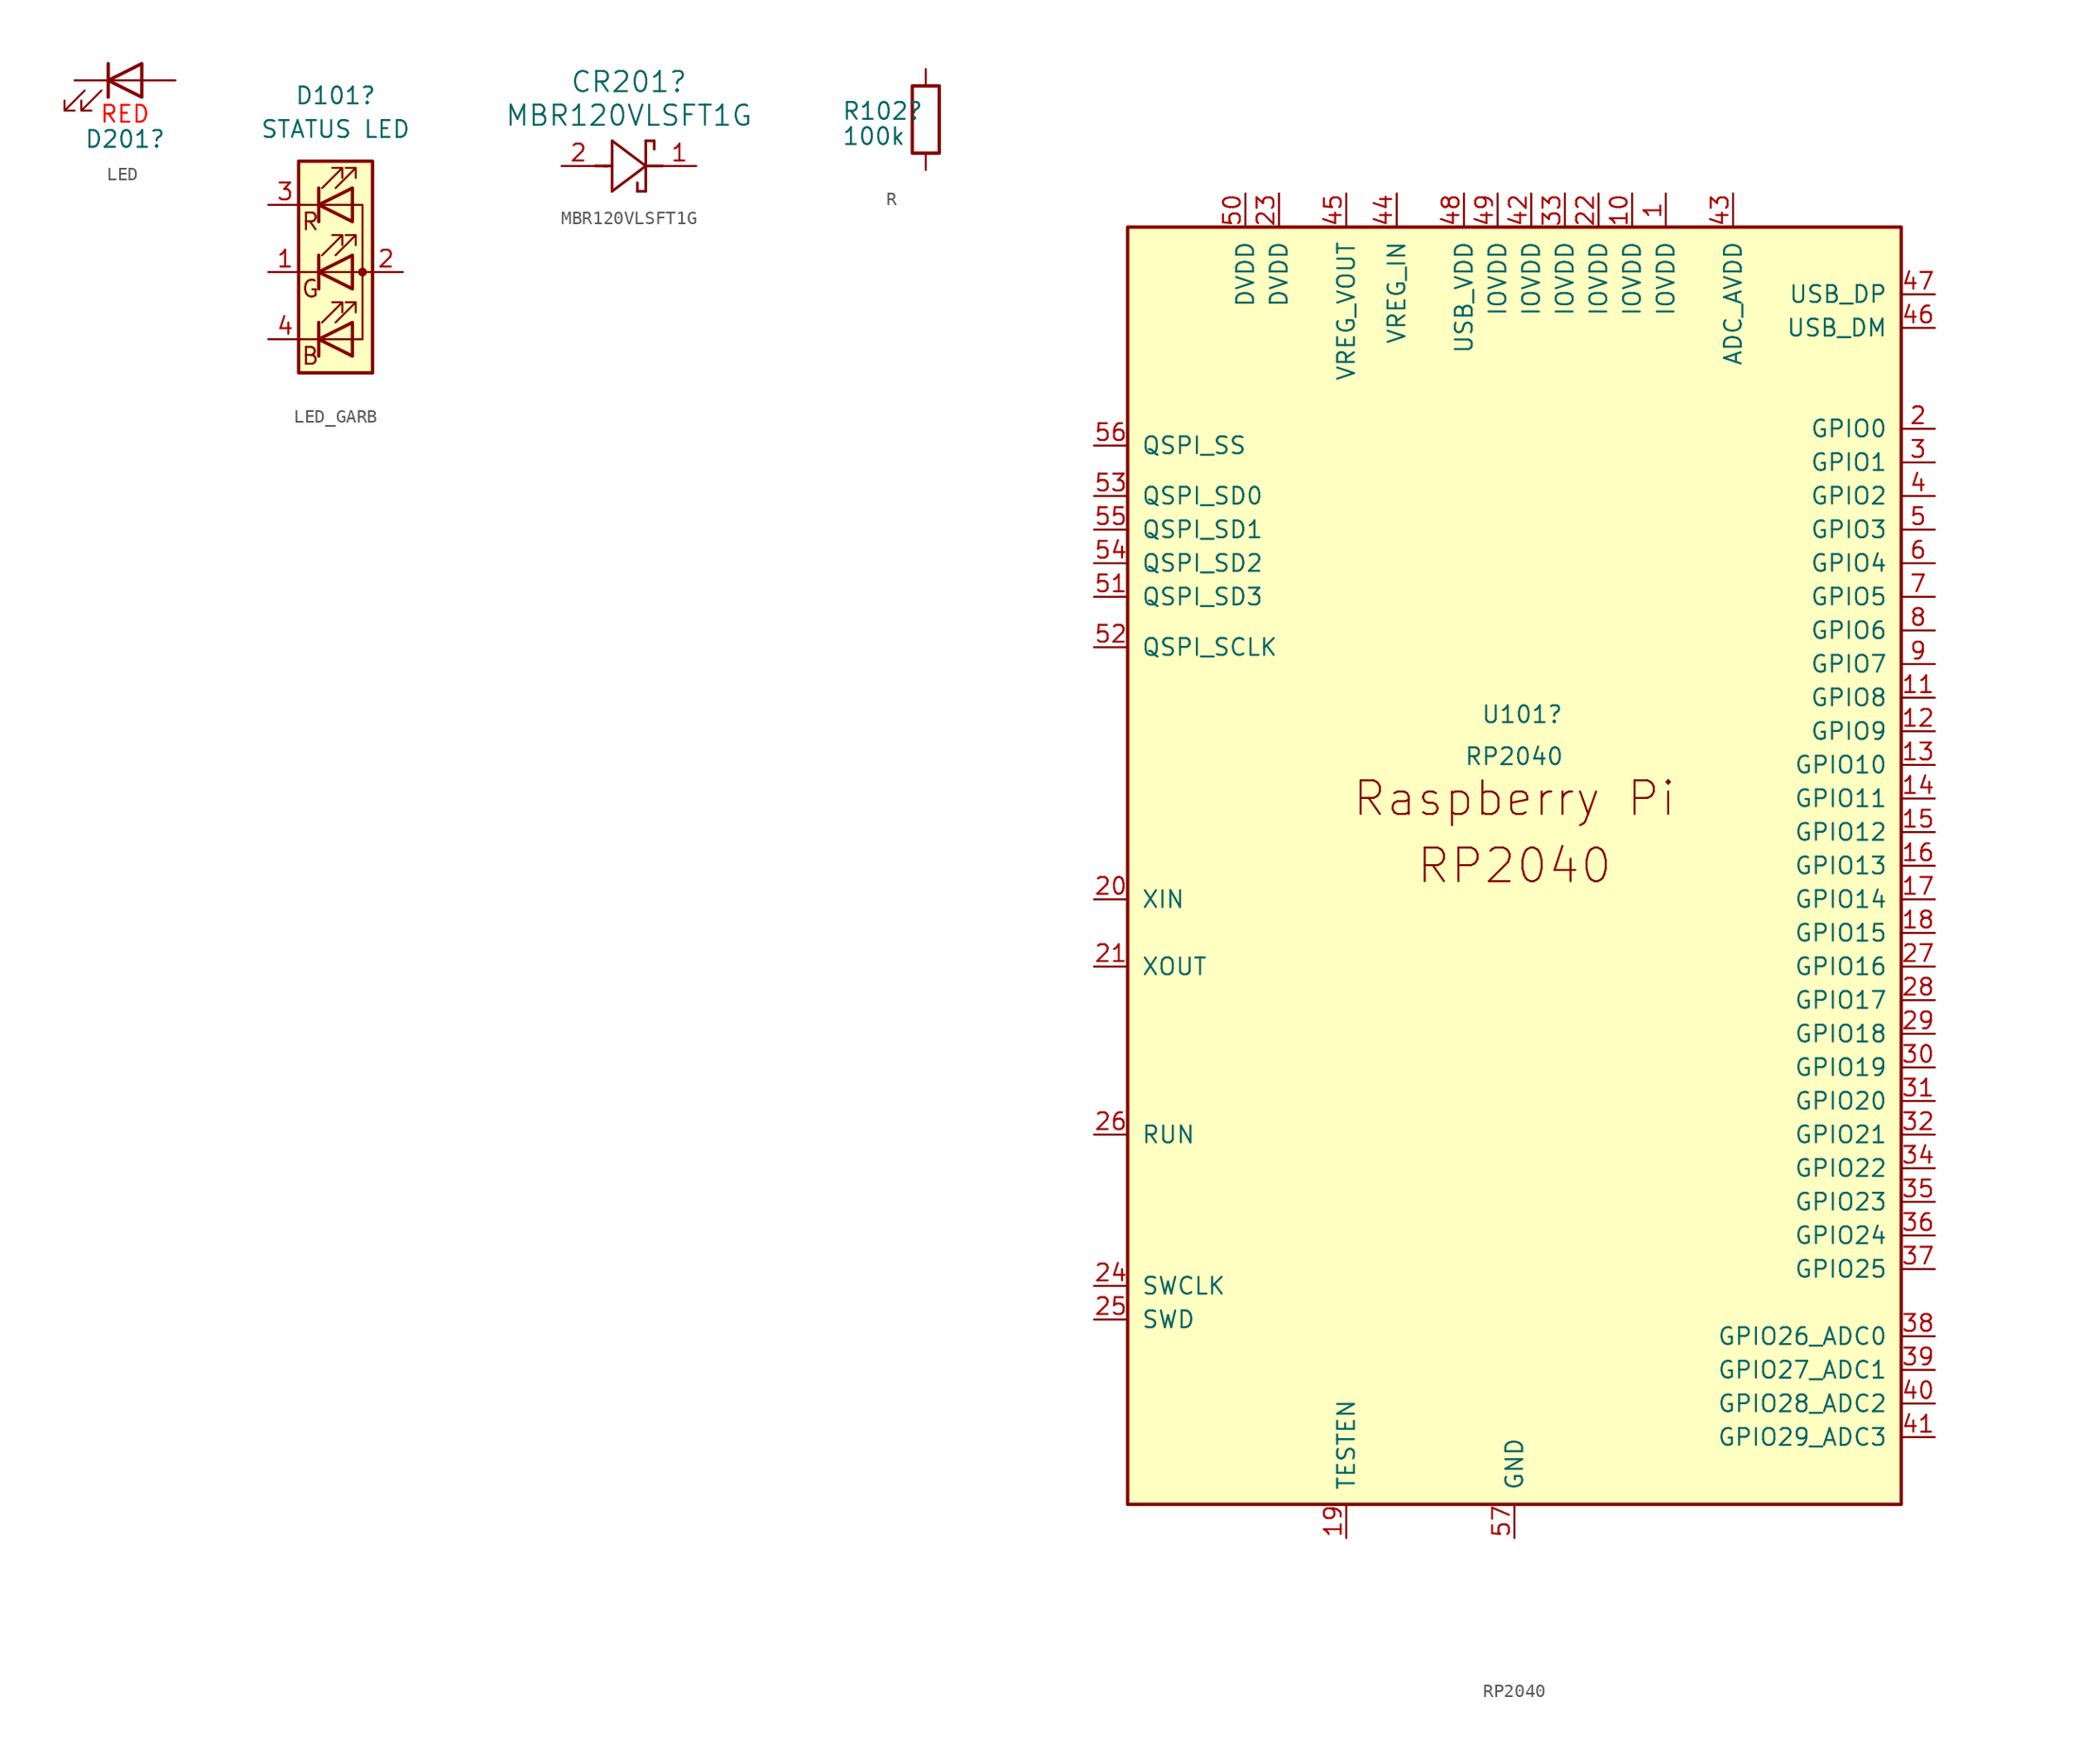
<source format=kicad_sym>
(kicad_symbol_lib
  (version 20220914)
  (generator kicad_symbol_editor)
  (symbol "LED"
    (pin_numbers hide)
    (pin_names
      (offset 1.016) hide)
    (property "Reference" "D201"
      (at 0 -4.445 0)
      (effects (font (size 1.27 1.27))))
    (property "Color" "RED"
      (at 0 -2.54 0)
      (effects (font (size 1.27 1.27) (color 255 0 0 1))))
    (symbol "LED_0_1"
      (polyline (pts (xy -1.27 -1.27) (xy -1.27 1.27)) (stroke (width 0.254) (type default)) (fill (type none)))
      (polyline (pts (xy -1.27 0) (xy 1.27 0)) (stroke (width 0) (type default)) (fill (type none)))
      (polyline (pts (xy 1.27 -1.27) (xy 1.27 1.27) (xy -1.27 0) (xy 1.27 -1.27)) (stroke (width 0.254) (type default)) (fill (type none)))
      (polyline (pts (xy -3.048 -0.762) (xy -4.572 -2.286) (xy -3.81 -2.286) (xy -4.572 -2.286) (xy -4.572 -1.524)) (stroke (width 0) (type default)) (fill (type none)))
      (polyline (pts (xy -1.778 -0.762) (xy -3.302 -2.286) (xy -2.54 -2.286) (xy -3.302 -2.286) (xy -3.302 -1.524)) (stroke (width 0) (type default)) (fill (type none))))
    (symbol "LED_1_1"
      (pin passive line (at -3.81 0 0) (length 2.54) (name "K" (effects (font (size 1.27 1.27)))) (number "1" (effects (font (size 1.27 1.27)))))
      (pin passive line (at 3.81 0 180) (length 2.54) (name "A" (effects (font (size 1.27 1.27)))) (number "2" (effects (font (size 1.27 1.27)))))))
  (symbol "LED_GARB"
    (pin_names
      (offset 0) hide)
    (property "Reference" "D101"
      (at 0 13.335 0)
      (effects (font (size 1.27 1.27))))
    (property "Value" "STATUS LED"
      (at 0 10.795 0)
      (effects (font (size 1.27 1.27))))
    (symbol "LED_GARB_0_0"
      (text "B" (at -1.905 -6.35 0) (effects (font (size 1.27 1.27))))
      (text "G" (at -1.905 -1.27 0) (effects (font (size 1.27 1.27))))
      (text "R" (at -1.905 3.81 0) (effects (font (size 1.27 1.27)))))
    (symbol "LED_GARB_0_1"
      (polyline (pts (xy -1.27 -5.08) (xy -2.54 -5.08)) (stroke (width 0) (type default)) (fill (type none)))
      (polyline (pts (xy -1.27 -5.08) (xy 1.27 -5.08)) (stroke (width 0) (type default)) (fill (type none)))
      (polyline (pts (xy -1.27 -3.81) (xy -1.27 -6.35)) (stroke (width 0.254) (type default)) (fill (type none)))
      (polyline (pts (xy -1.27 0) (xy -2.54 0)) (stroke (width 0) (type default)) (fill (type none)))
      (polyline (pts (xy -1.27 1.27) (xy -1.27 -1.27)) (stroke (width 0.254) (type default)) (fill (type none)))
      (polyline (pts (xy -1.27 5.08) (xy -2.54 5.08)) (stroke (width 0) (type default)) (fill (type none)))
      (polyline (pts (xy -1.27 5.08) (xy 1.27 5.08)) (stroke (width 0) (type default)) (fill (type none)))
      (polyline (pts (xy -1.27 6.35) (xy -1.27 3.81)) (stroke (width 0.254) (type default)) (fill (type none)))
      (polyline (pts (xy 1.27 0) (xy -1.27 0)) (stroke (width 0) (type default)) (fill (type none)))
      (polyline (pts (xy 1.27 0) (xy 2.54 0)) (stroke (width 0) (type default)) (fill (type none)))
      (polyline (pts (xy -1.27 1.27) (xy -1.27 -1.27) (xy -1.27 -1.27)) (stroke (width 0) (type default)) (fill (type none)))
      (polyline (pts (xy -1.27 6.35) (xy -1.27 3.81) (xy -1.27 3.81)) (stroke (width 0) (type default)) (fill (type none)))
      (polyline (pts (xy 1.27 -5.08) (xy 2.032 -5.08) (xy 2.032 5.08) (xy 1.27 5.08)) (stroke (width 0) (type default)) (fill (type none)))
      (polyline (pts (xy 1.27 -3.81) (xy 1.27 -6.35) (xy -1.27 -5.08) (xy 1.27 -3.81)) (stroke (width 0.254) (type default)) (fill (type none)))
      (polyline (pts (xy 1.27 1.27) (xy 1.27 -1.27) (xy -1.27 0) (xy 1.27 1.27)) (stroke (width 0.254) (type default)) (fill (type none)))
      (polyline (pts (xy 1.27 6.35) (xy 1.27 3.81) (xy -1.27 5.08) (xy 1.27 6.35)) (stroke (width 0.254) (type default)) (fill (type none)))
      (polyline (pts (xy -1.016 -3.81) (xy 0.508 -2.286) (xy -0.254 -2.286) (xy 0.508 -2.286) (xy 0.508 -3.048)) (stroke (width 0) (type default)) (fill (type none)))
      (polyline (pts (xy -1.016 1.27) (xy 0.508 2.794) (xy -0.254 2.794) (xy 0.508 2.794) (xy 0.508 2.032)) (stroke (width 0) (type default)) (fill (type none)))
      (polyline (pts (xy -1.016 6.35) (xy 0.508 7.874) (xy -0.254 7.874) (xy 0.508 7.874) (xy 0.508 7.112)) (stroke (width 0) (type default)) (fill (type none)))
      (polyline (pts (xy 0 -3.81) (xy 1.524 -2.286) (xy 0.762 -2.286) (xy 1.524 -2.286) (xy 1.524 -3.048)) (stroke (width 0) (type default)) (fill (type none)))
      (polyline (pts (xy 0 1.27) (xy 1.524 2.794) (xy 0.762 2.794) (xy 1.524 2.794) (xy 1.524 2.032)) (stroke (width 0) (type default)) (fill (type none)))
      (polyline (pts (xy 0 6.35) (xy 1.524 7.874) (xy 0.762 7.874) (xy 1.524 7.874) (xy 1.524 7.112)) (stroke (width 0) (type default)) (fill (type none)))
      (rectangle (start 1.27 -1.27) (end 1.27 1.27) (stroke (width 0) (type default)) (fill (type none)))
      (rectangle (start 1.27 1.27) (end 1.27 1.27) (stroke (width 0) (type default)) (fill (type none)))
      (rectangle (start 1.27 3.81) (end 1.27 6.35) (stroke (width 0) (type default)) (fill (type none)))
      (rectangle (start 1.27 6.35) (end 1.27 6.35) (stroke (width 0) (type default)) (fill (type none)))
      (circle (center 2.032 0) (radius 0.254) (stroke (width 0) (type default)) (fill (type outline)))
      (rectangle (start 2.794 8.382) (end -2.794 -7.62) (stroke (width 0.254) (type default)) (fill (type background))))
    (symbol "LED_GARB_1_1"
      (pin passive line (at -5.08 0 0) (length 2.54) (name "GK" (effects (font (size 1.27 1.27)))) (number "1" (effects (font (size 1.27 1.27)))))
      (pin passive line (at 5.08 0 180) (length 2.54) (name "A" (effects (font (size 1.27 1.27)))) (number "2" (effects (font (size 1.27 1.27)))))
      (pin passive line (at -5.08 5.08 0) (length 2.54) (name "RK" (effects (font (size 1.27 1.27)))) (number "3" (effects (font (size 1.27 1.27)))))
      (pin passive line (at -5.08 -5.08 0) (length 2.54) (name "BK" (effects (font (size 1.27 1.27)))) (number "4" (effects (font (size 1.27 1.27)))))))
  (symbol "MBR120VLSFT1G"
    (pin_names
      (offset 0.254))
    (property "Reference" "CR201"
      (at 5.08 6.35 0)
      (effects (font (size 1.524 1.524))))
    (property "Value" "MBR120VLSFT1G"
      (at 5.08 3.81 0)
      (effects (font (size 1.524 1.524))))
    (property "ki_locked" ""
      (at 0 0 0)
      (effects (font (size 1.27 1.27))))
    (symbol "MBR120VLSFT1G_0_1"
      (polyline (pts (xy 2.54 0) (xy 3.48 0)) (stroke (width 0.203) (type default)) (fill (type none)))
      (polyline (pts (xy 3.175 0) (xy 3.81 0)) (stroke (width 0.203) (type default)) (fill (type none)))
      (polyline (pts (xy 3.81 -1.905) (xy 6.35 0)) (stroke (width 0.203) (type default)) (fill (type none)))
      (polyline (pts (xy 3.81 1.905) (xy 3.81 -1.905)) (stroke (width 0.203) (type default)) (fill (type none)))
      (polyline (pts (xy 5.715 -1.905) (xy 5.715 -1.27)) (stroke (width 0.203) (type default)) (fill (type none)))
      (polyline (pts (xy 6.35 -1.905) (xy 5.715 -1.905)) (stroke (width 0.203) (type default)) (fill (type none)))
      (polyline (pts (xy 6.35 -1.905) (xy 6.35 1.905)) (stroke (width 0.203) (type default)) (fill (type none)))
      (polyline (pts (xy 6.35 0) (xy 3.81 1.905)) (stroke (width 0.203) (type default)) (fill (type none)))
      (polyline (pts (xy 6.35 0) (xy 7.62 0)) (stroke (width 0.203) (type default)) (fill (type none)))
      (polyline (pts (xy 6.35 1.905) (xy 6.985 1.905)) (stroke (width 0.203) (type default)) (fill (type none)))
      (polyline (pts (xy 6.985 1.905) (xy 6.985 1.27)) (stroke (width 0.203) (type default)) (fill (type none)))
      (pin unspecified line (at 10.16 0 180) (length 2.54) (name "" (effects (font (size 1.27 1.27)))) (number "1" (effects (font (size 1.27 1.27)))))
      (pin unspecified line (at 0 0 0) (length 2.54) (name "" (effects (font (size 1.27 1.27)))) (number "2" (effects (font (size 1.27 1.27)))))))
  (symbol "R"
    (pin_numbers hide)
    (pin_names
      (offset 0))
    (property "Reference" "R102"
      (at -6.35 0.635 0)
      (effects (font (size 1.27 1.27)) (justify left)))
    (property "Value" "100k"
      (at -6.35 -1.27 0)
      (effects (font (size 1.27 1.27)) (justify left)))
    (symbol "R_0_1"
      (rectangle (start -1.016 -2.54) (end 1.016 2.54) (stroke (width 0.254) (type default)) (fill (type none))))
    (symbol "R_1_1"
      (pin passive line (at 0 3.81 270) (length 1.27) (name "~" (effects (font (size 1.27 1.27)))) (number "1" (effects (font (size 1.27 1.27)))))
      (pin passive line (at 0 -3.81 90) (length 1.27) (name "~" (effects (font (size 1.27 1.27)))) (number "2" (effects (font (size 1.27 1.27)))))))
  (symbol "RP2040"
    (pin_names
      (offset 1.016))
    (property "Reference" "U101"
      (at -2.54 11.43 0)
      (effects (font (size 1.27 1.27)) (justify left)))
    (property "Value" "RP2040"
      (at -3.81 8.255 0)
      (effects (font (size 1.27 1.27)) (justify left)))
    (symbol "RP2040_0_0"
      (text "Raspberry Pi" (at 0 5.08 0) (effects (font (size 2.54 2.54))))
      (text "RP2040" (at 0 0 0) (effects (font (size 2.54 2.54)))))
    (symbol "RP2040_0_1"
      (rectangle (start 29.21 48.26) (end -29.21 -48.26) (stroke (width 0.254) (type solid)) (fill (type background))))
    (symbol "RP2040_1_1"
      (pin power_in line (at 11.43 50.8 270) (length 2.54) (name "IOVDD" (effects (font (size 1.27 1.27)))) (number "1" (effects (font (size 1.27 1.27)))))
      (pin power_in line (at 8.89 50.8 270) (length 2.54) (name "IOVDD" (effects (font (size 1.27 1.27)))) (number "10" (effects (font (size 1.27 1.27)))))
      (pin bidirectional line (at 31.75 12.7 180) (length 2.54) (name "GPIO8" (effects (font (size 1.27 1.27)))) (number "11" (effects (font (size 1.27 1.27)))))
      (pin bidirectional line (at 31.75 10.16 180) (length 2.54) (name "GPIO9" (effects (font (size 1.27 1.27)))) (number "12" (effects (font (size 1.27 1.27)))))
      (pin bidirectional line (at 31.75 7.62 180) (length 2.54) (name "GPIO10" (effects (font (size 1.27 1.27)))) (number "13" (effects (font (size 1.27 1.27)))))
      (pin bidirectional line (at 31.75 5.08 180) (length 2.54) (name "GPIO11" (effects (font (size 1.27 1.27)))) (number "14" (effects (font (size 1.27 1.27)))))
      (pin bidirectional line (at 31.75 2.54 180) (length 2.54) (name "GPIO12" (effects (font (size 1.27 1.27)))) (number "15" (effects (font (size 1.27 1.27)))))
      (pin bidirectional line (at 31.75 0 180) (length 2.54) (name "GPIO13" (effects (font (size 1.27 1.27)))) (number "16" (effects (font (size 1.27 1.27)))))
      (pin bidirectional line (at 31.75 -2.54 180) (length 2.54) (name "GPIO14" (effects (font (size 1.27 1.27)))) (number "17" (effects (font (size 1.27 1.27)))))
      (pin bidirectional line (at 31.75 -5.08 180) (length 2.54) (name "GPIO15" (effects (font (size 1.27 1.27)))) (number "18" (effects (font (size 1.27 1.27)))))
      (pin passive line (at -12.7 -50.8 90) (length 2.54) (name "TESTEN" (effects (font (size 1.27 1.27)))) (number "19" (effects (font (size 1.27 1.27)))))
      (pin bidirectional line (at 31.75 33.02 180) (length 2.54) (name "GPIO0" (effects (font (size 1.27 1.27)))) (number "2" (effects (font (size 1.27 1.27)))))
      (pin input line (at -31.75 -2.54 0) (length 2.54) (name "XIN" (effects (font (size 1.27 1.27)))) (number "20" (effects (font (size 1.27 1.27)))))
      (pin passive line (at -31.75 -7.62 0) (length 2.54) (name "XOUT" (effects (font (size 1.27 1.27)))) (number "21" (effects (font (size 1.27 1.27)))))
      (pin power_in line (at 6.35 50.8 270) (length 2.54) (name "IOVDD" (effects (font (size 1.27 1.27)))) (number "22" (effects (font (size 1.27 1.27)))))
      (pin power_in line (at -17.78 50.8 270) (length 2.54) (name "DVDD" (effects (font (size 1.27 1.27)))) (number "23" (effects (font (size 1.27 1.27)))))
      (pin output line (at -31.75 -31.75 0) (length 2.54) (name "SWCLK" (effects (font (size 1.27 1.27)))) (number "24" (effects (font (size 1.27 1.27)))))
      (pin bidirectional line (at -31.75 -34.29 0) (length 2.54) (name "SWD" (effects (font (size 1.27 1.27)))) (number "25" (effects (font (size 1.27 1.27)))))
      (pin input line (at -31.75 -20.32 0) (length 2.54) (name "RUN" (effects (font (size 1.27 1.27)))) (number "26" (effects (font (size 1.27 1.27)))))
      (pin bidirectional line (at 31.75 -7.62 180) (length 2.54) (name "GPIO16" (effects (font (size 1.27 1.27)))) (number "27" (effects (font (size 1.27 1.27)))))
      (pin bidirectional line (at 31.75 -10.16 180) (length 2.54) (name "GPIO17" (effects (font (size 1.27 1.27)))) (number "28" (effects (font (size 1.27 1.27)))))
      (pin bidirectional line (at 31.75 -12.7 180) (length 2.54) (name "GPIO18" (effects (font (size 1.27 1.27)))) (number "29" (effects (font (size 1.27 1.27)))))
      (pin bidirectional line (at 31.75 30.48 180) (length 2.54) (name "GPIO1" (effects (font (size 1.27 1.27)))) (number "3" (effects (font (size 1.27 1.27)))))
      (pin bidirectional line (at 31.75 -15.24 180) (length 2.54) (name "GPIO19" (effects (font (size 1.27 1.27)))) (number "30" (effects (font (size 1.27 1.27)))))
      (pin bidirectional line (at 31.75 -17.78 180) (length 2.54) (name "GPIO20" (effects (font (size 1.27 1.27)))) (number "31" (effects (font (size 1.27 1.27)))))
      (pin bidirectional line (at 31.75 -20.32 180) (length 2.54) (name "GPIO21" (effects (font (size 1.27 1.27)))) (number "32" (effects (font (size 1.27 1.27)))))
      (pin power_in line (at 3.81 50.8 270) (length 2.54) (name "IOVDD" (effects (font (size 1.27 1.27)))) (number "33" (effects (font (size 1.27 1.27)))))
      (pin bidirectional line (at 31.75 -22.86 180) (length 2.54) (name "GPIO22" (effects (font (size 1.27 1.27)))) (number "34" (effects (font (size 1.27 1.27)))))
      (pin bidirectional line (at 31.75 -25.4 180) (length 2.54) (name "GPIO23" (effects (font (size 1.27 1.27)))) (number "35" (effects (font (size 1.27 1.27)))))
      (pin bidirectional line (at 31.75 -27.94 180) (length 2.54) (name "GPIO24" (effects (font (size 1.27 1.27)))) (number "36" (effects (font (size 1.27 1.27)))))
      (pin bidirectional line (at 31.75 -30.48 180) (length 2.54) (name "GPIO25" (effects (font (size 1.27 1.27)))) (number "37" (effects (font (size 1.27 1.27)))))
      (pin bidirectional line (at 31.75 -35.56 180) (length 2.54) (name "GPIO26_ADC0" (effects (font (size 1.27 1.27)))) (number "38" (effects (font (size 1.27 1.27)))))
      (pin bidirectional line (at 31.75 -38.1 180) (length 2.54) (name "GPIO27_ADC1" (effects (font (size 1.27 1.27)))) (number "39" (effects (font (size 1.27 1.27)))))
      (pin bidirectional line (at 31.75 27.94 180) (length 2.54) (name "GPIO2" (effects (font (size 1.27 1.27)))) (number "4" (effects (font (size 1.27 1.27)))))
      (pin bidirectional line (at 31.75 -40.64 180) (length 2.54) (name "GPIO28_ADC2" (effects (font (size 1.27 1.27)))) (number "40" (effects (font (size 1.27 1.27)))))
      (pin bidirectional line (at 31.75 -43.18 180) (length 2.54) (name "GPIO29_ADC3" (effects (font (size 1.27 1.27)))) (number "41" (effects (font (size 1.27 1.27)))))
      (pin power_in line (at 1.27 50.8 270) (length 2.54) (name "IOVDD" (effects (font (size 1.27 1.27)))) (number "42" (effects (font (size 1.27 1.27)))))
      (pin power_in line (at 16.51 50.8 270) (length 2.54) (name "ADC_AVDD" (effects (font (size 1.27 1.27)))) (number "43" (effects (font (size 1.27 1.27)))))
      (pin power_in line (at -8.89 50.8 270) (length 2.54) (name "VREG_IN" (effects (font (size 1.27 1.27)))) (number "44" (effects (font (size 1.27 1.27)))))
      (pin power_out line (at -12.7 50.8 270) (length 2.54) (name "VREG_VOUT" (effects (font (size 1.27 1.27)))) (number "45" (effects (font (size 1.27 1.27)))))
      (pin bidirectional line (at 31.75 40.64 180) (length 2.54) (name "USB_DM" (effects (font (size 1.27 1.27)))) (number "46" (effects (font (size 1.27 1.27)))))
      (pin bidirectional line (at 31.75 43.18 180) (length 2.54) (name "USB_DP" (effects (font (size 1.27 1.27)))) (number "47" (effects (font (size 1.27 1.27)))))
      (pin power_in line (at -3.81 50.8 270) (length 2.54) (name "USB_VDD" (effects (font (size 1.27 1.27)))) (number "48" (effects (font (size 1.27 1.27)))))
      (pin power_in line (at -1.27 50.8 270) (length 2.54) (name "IOVDD" (effects (font (size 1.27 1.27)))) (number "49" (effects (font (size 1.27 1.27)))))
      (pin bidirectional line (at 31.75 25.4 180) (length 2.54) (name "GPIO3" (effects (font (size 1.27 1.27)))) (number "5" (effects (font (size 1.27 1.27)))))
      (pin power_in line (at -20.32 50.8 270) (length 2.54) (name "DVDD" (effects (font (size 1.27 1.27)))) (number "50" (effects (font (size 1.27 1.27)))))
      (pin bidirectional line (at -31.75 20.32 0) (length 2.54) (name "QSPI_SD3" (effects (font (size 1.27 1.27)))) (number "51" (effects (font (size 1.27 1.27)))))
      (pin output line (at -31.75 16.51 0) (length 2.54) (name "QSPI_SCLK" (effects (font (size 1.27 1.27)))) (number "52" (effects (font (size 1.27 1.27)))))
      (pin bidirectional line (at -31.75 27.94 0) (length 2.54) (name "QSPI_SD0" (effects (font (size 1.27 1.27)))) (number "53" (effects (font (size 1.27 1.27)))))
      (pin bidirectional line (at -31.75 22.86 0) (length 2.54) (name "QSPI_SD2" (effects (font (size 1.27 1.27)))) (number "54" (effects (font (size 1.27 1.27)))))
      (pin bidirectional line (at -31.75 25.4 0) (length 2.54) (name "QSPI_SD1" (effects (font (size 1.27 1.27)))) (number "55" (effects (font (size 1.27 1.27)))))
      (pin bidirectional line (at -31.75 31.75 0) (length 2.54) (name "QSPI_SS" (effects (font (size 1.27 1.27)))) (number "56" (effects (font (size 1.27 1.27)))))
      (pin power_in line (at 0 -50.8 90) (length 2.54) (name "GND" (effects (font (size 1.27 1.27)))) (number "57" (effects (font (size 1.27 1.27)))))
      (pin bidirectional line (at 31.75 22.86 180) (length 2.54) (name "GPIO4" (effects (font (size 1.27 1.27)))) (number "6" (effects (font (size 1.27 1.27)))))
      (pin bidirectional line (at 31.75 20.32 180) (length 2.54) (name "GPIO5" (effects (font (size 1.27 1.27)))) (number "7" (effects (font (size 1.27 1.27)))))
      (pin bidirectional line (at 31.75 17.78 180) (length 2.54) (name "GPIO6" (effects (font (size 1.27 1.27)))) (number "8" (effects (font (size 1.27 1.27)))))
      (pin bidirectional line (at 31.75 15.24 180) (length 2.54) (name "GPIO7" (effects (font (size 1.27 1.27)))) (number "9" (effects (font (size 1.27 1.27))))))))
</source>
